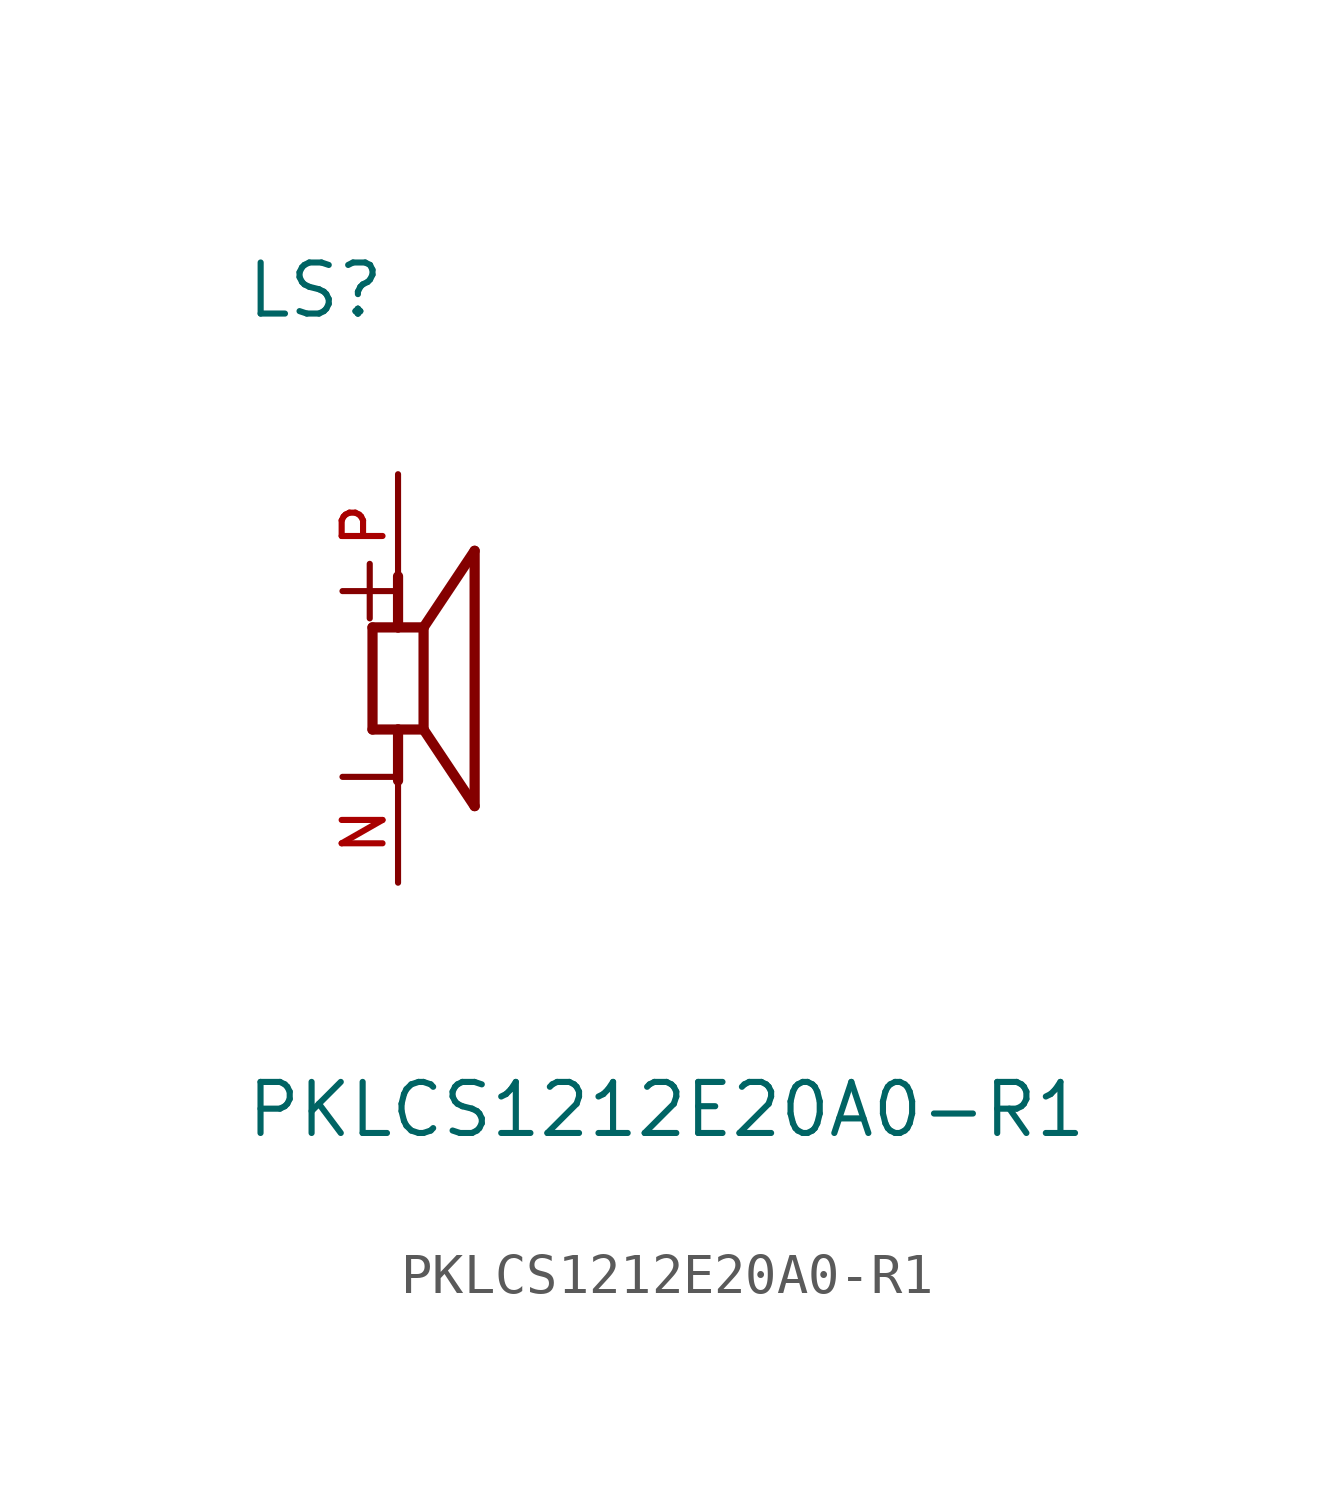
<source format=kicad_sym>
(kicad_symbol_lib
  (version 20211014)
  (generator kicad_symbol_editor)
  (symbol "PKLCS1212E20A0-R1"
    (pin_names
      (offset 1.016))
    (property "Reference" "LS"
      (at -3.82 8.913 0)
      (effects (font (size 1.27 1.27)) (justify bottom left)))
    (property "Value" "PKLCS1212E20A0-R1"
      (at -3.823 -11.469 0)
      (effects (font (size 1.27 1.27)) (justify bottom left)))
    (symbol "PKLCS1212E20A0-R1_0_0"
      (polyline (pts (xy -0.635 1.27) (xy 0.0 1.27)) (stroke (width 0.254)))
      (polyline (pts (xy 0.0 1.27) (xy 0.635 1.27)) (stroke (width 0.254)))
      (polyline (pts (xy 0.635 1.27) (xy 0.635 -1.27)) (stroke (width 0.254)))
      (polyline (pts (xy 0.635 -1.27) (xy 0.0 -1.27)) (stroke (width 0.254)))
      (polyline (pts (xy 0.0 -1.27) (xy -0.635 -1.27)) (stroke (width 0.254)))
      (polyline (pts (xy -0.635 -1.27) (xy -0.635 1.27)) (stroke (width 0.254)))
      (polyline (pts (xy 0.635 1.27) (xy 1.905 3.175)) (stroke (width 0.254)))
      (polyline (pts (xy 1.905 3.175) (xy 1.905 -3.175)) (stroke (width 0.254)))
      (polyline (pts (xy 1.905 -3.175) (xy 0.635 -1.27)) (stroke (width 0.254)))
      (polyline (pts (xy 0.0 1.27) (xy 0.0 2.54)) (stroke (width 0.254)))
      (polyline (pts (xy 0.0 -1.27) (xy 0.0 -2.54)) (stroke (width 0.254)))
      (text "+" (at -1.905 1.27 0) (effects (font (size 1.778 1.778)) (justify bottom left)))
      (text "-" (at -1.905 -1.27 0) (effects (font (size 1.778 1.778)) (justify top left)))
      (pin passive line (at 0.0 5.08 270.0) (length 2.54) (name "~" (effects (font (size 1.016 1.016)))) (number "P" (effects (font (size 1.016 1.016)))))
      (pin passive line (at 0.0 -5.08 90.0) (length 2.54) (name "~" (effects (font (size 1.016 1.016)))) (number "N" (effects (font (size 1.016 1.016))))))))
</source>
